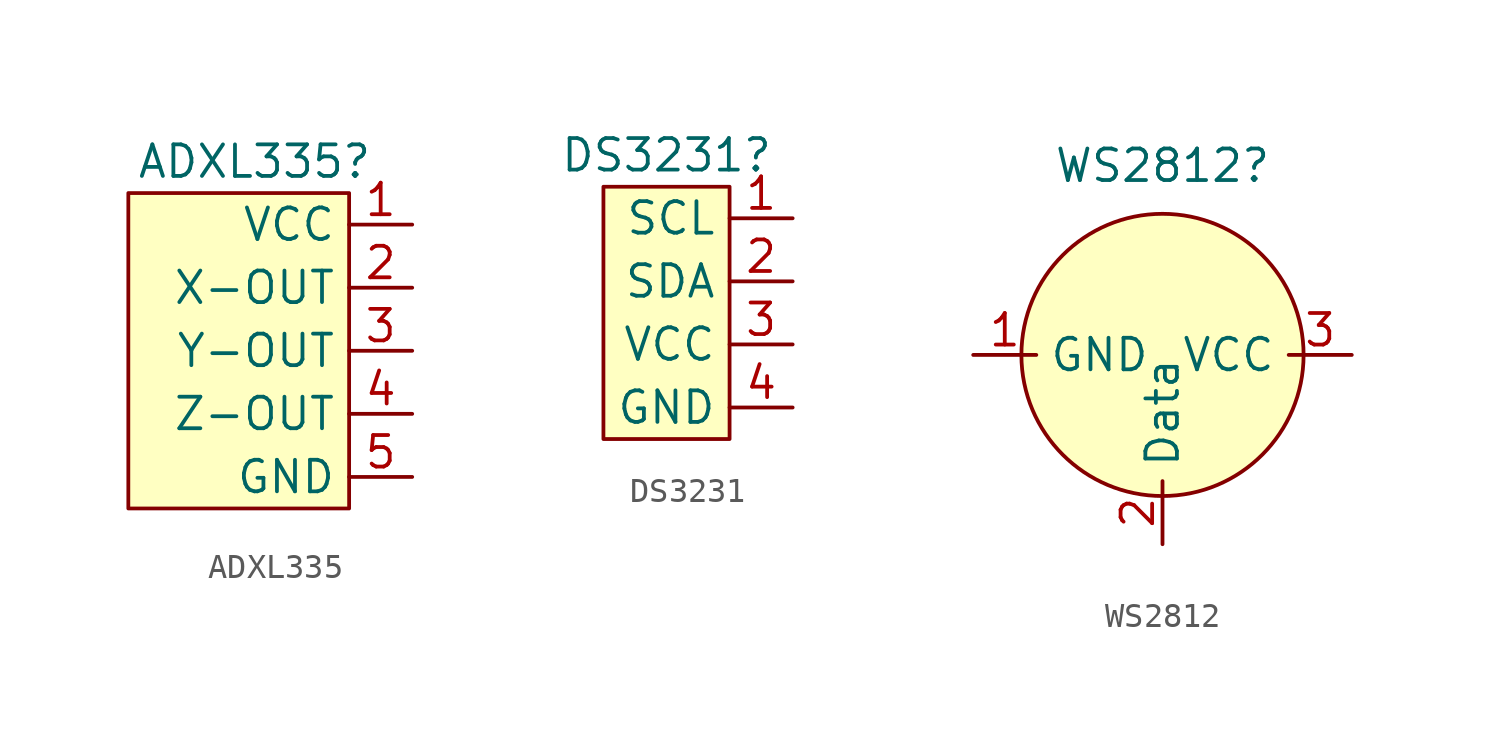
<source format=kicad_sym>
(kicad_symbol_lib
  (version 20220914)
  (generator kicad_symbol_editor)
  (symbol "ADXL335"
    (property "Reference" "ADXL335"
      (at 0 7.62 0)
      (effects (font (size 1.27 1.27))))
    (property "Value" ""
      (at 1.27 2.54 0)
      (effects (font (size 1.27 1.27))))
    (symbol "ADXL335_1_1"
      (rectangle (start -5.08 6.35) (end 3.81 -6.35) (stroke (width 0) (type default)) (fill (type background)))
      (pin input line (at 6.35 5.08 180) (length 2.54) (name "VCC" (effects (font (size 1.27 1.27)))) (number "1" (effects (font (size 1.27 1.27)))))
      (pin output line (at 6.35 2.54 180) (length 2.54) (name "X-OUT" (effects (font (size 1.27 1.27)))) (number "2" (effects (font (size 1.27 1.27)))))
      (pin output line (at 6.35 0 180) (length 2.54) (name "Y-OUT" (effects (font (size 1.27 1.27)))) (number "3" (effects (font (size 1.27 1.27)))))
      (pin output line (at 6.35 -2.54 180) (length 2.54) (name "Z-OUT" (effects (font (size 1.27 1.27)))) (number "4" (effects (font (size 1.27 1.27)))))
      (pin input line (at 6.35 -5.08 180) (length 2.54) (name "GND" (effects (font (size 1.27 1.27)))) (number "5" (effects (font (size 1.27 1.27)))))))
  (symbol "DS3231"
    (property "Reference" "DS3231"
      (at 0 6.35 0)
      (effects (font (size 1.27 1.27))))
    (property "Value" ""
      (at 0 -1.27 0)
      (effects (font (size 1.27 1.27))))
    (symbol "DS3231_1_1"
      (rectangle (start -2.54 5.08) (end 2.54 -5.08) (stroke (width 0) (type default)) (fill (type background)))
      (pin bidirectional line (at 5.08 3.81 180) (length 2.54) (name "SCL" (effects (font (size 1.27 1.27)))) (number "1" (effects (font (size 1.27 1.27)))))
      (pin bidirectional line (at 5.08 1.27 180) (length 2.54) (name "SDA" (effects (font (size 1.27 1.27)))) (number "2" (effects (font (size 1.27 1.27)))))
      (pin input line (at 5.08 -1.27 180) (length 2.54) (name "VCC" (effects (font (size 1.27 1.27)))) (number "3" (effects (font (size 1.27 1.27)))))
      (pin input line (at 5.08 -3.81 180) (length 2.54) (name "GND" (effects (font (size 1.27 1.27)))) (number "4" (effects (font (size 1.27 1.27)))))))
  (symbol "WS2812"
    (property "Reference" "WS2812"
      (at 0 7.62 0)
      (effects (font (size 1.27 1.27))))
    (property "Value" ""
      (at 0 0 0)
      (effects (font (size 1.27 1.27))))
    (symbol "WS2812_1_1"
      (circle (center 0 0) (radius 5.68) (stroke (width 0) (type default)) (fill (type background)))
      (pin input line (at -7.62 0 0) (length 2.54) (name "GND" (effects (font (size 1.27 1.27)))) (number "1" (effects (font (size 1.27 1.27)))))
      (pin input line (at 0 -7.62 90) (length 2.54) (name "Data" (effects (font (size 1.27 1.27)))) (number "2" (effects (font (size 1.27 1.27)))))
      (pin input line (at 7.62 0 180) (length 2.54) (name "VCC" (effects (font (size 1.27 1.27)))) (number "3" (effects (font (size 1.27 1.27))))))))
</source>
